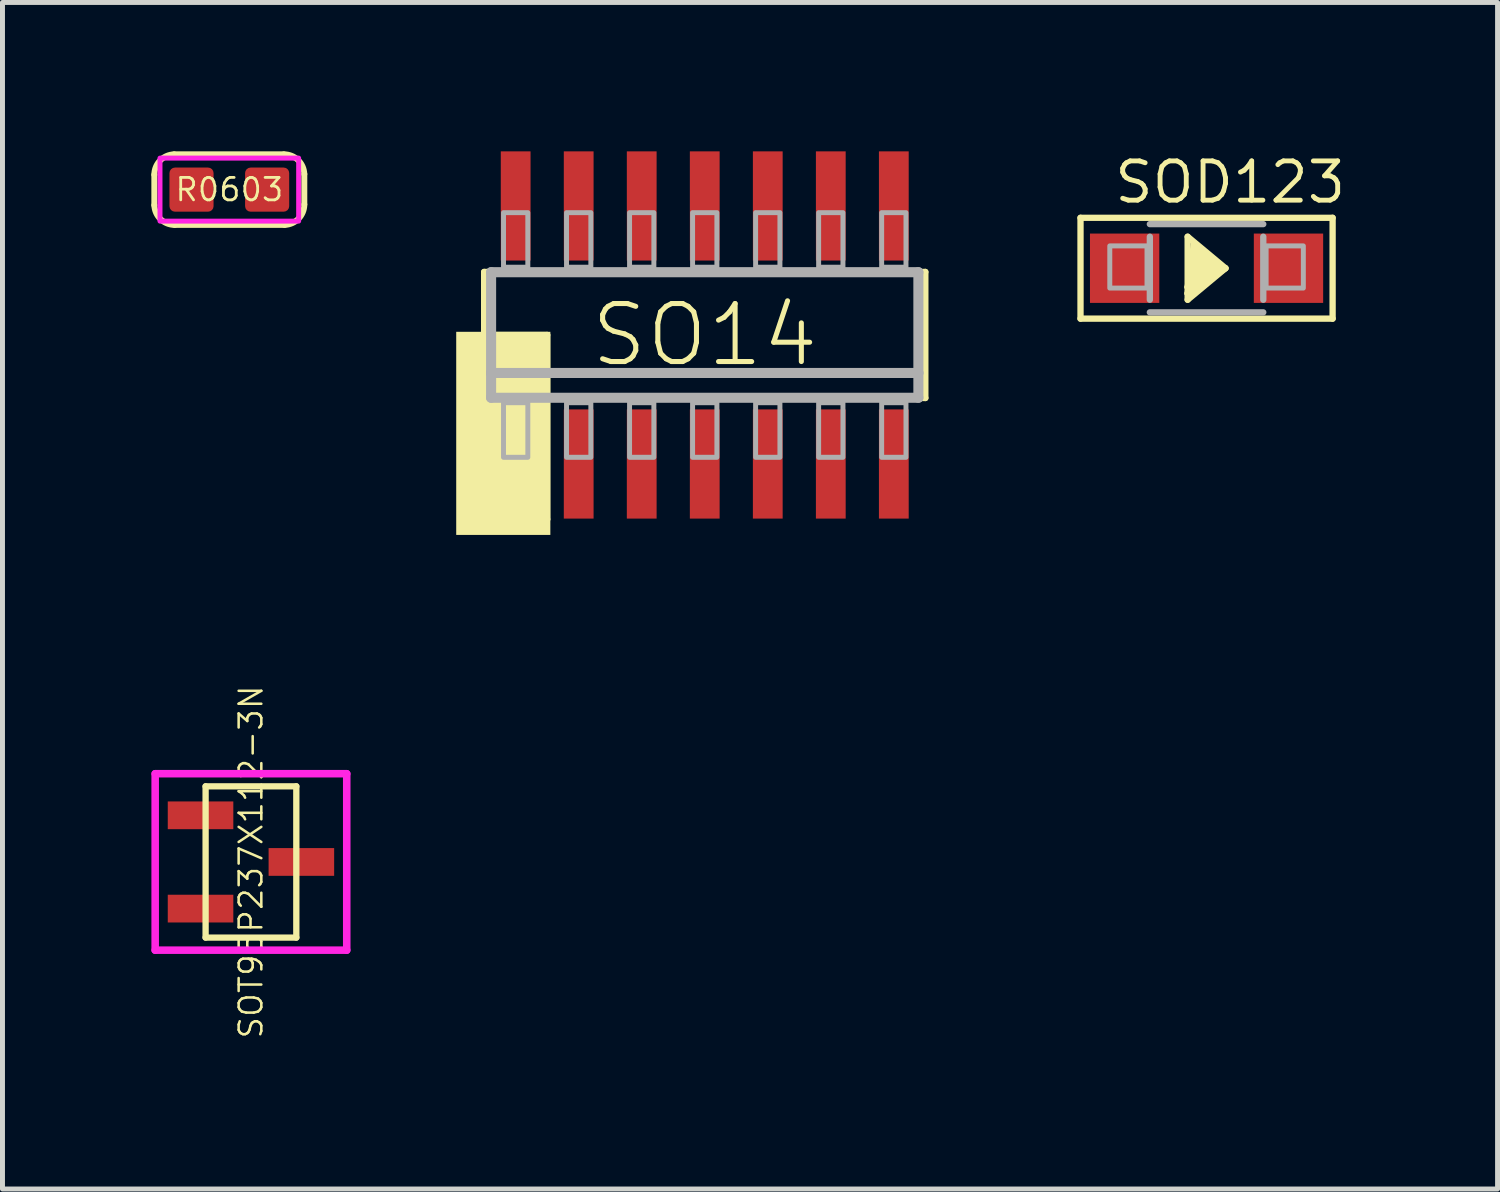
<source format=kicad_pcb>
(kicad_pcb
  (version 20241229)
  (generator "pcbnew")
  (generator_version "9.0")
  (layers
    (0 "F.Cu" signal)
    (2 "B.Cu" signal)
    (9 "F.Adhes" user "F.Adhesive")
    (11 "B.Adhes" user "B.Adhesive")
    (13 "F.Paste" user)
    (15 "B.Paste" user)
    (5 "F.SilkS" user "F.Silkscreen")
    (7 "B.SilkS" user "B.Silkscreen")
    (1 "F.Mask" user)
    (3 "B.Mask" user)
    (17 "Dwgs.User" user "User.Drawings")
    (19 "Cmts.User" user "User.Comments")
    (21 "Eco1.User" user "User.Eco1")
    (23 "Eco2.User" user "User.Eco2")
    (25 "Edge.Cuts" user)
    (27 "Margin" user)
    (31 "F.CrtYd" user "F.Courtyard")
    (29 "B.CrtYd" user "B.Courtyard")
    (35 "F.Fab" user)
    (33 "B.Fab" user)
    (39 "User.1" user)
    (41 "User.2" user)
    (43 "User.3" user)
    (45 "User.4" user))
  (footprint "SOT95P237X112-3N"
    (layer "F.Cu")
    (at 2.007 14.319)
    (property "Reference" "SOT95P237X112-3N" (at 0 0 270) (layer "F.SilkS") (effects (font (size 0.457 0.457) (thickness 0.051))))
    (fp_line (start -0.914 -1.524) (end -0.914 1.524) (stroke (width 0.127) (type solid)) (layer "F.SilkS"))
    (fp_line (start -0.914 1.524) (end 0.914 1.524) (stroke (width 0.127) (type solid)) (layer "F.SilkS"))
    (fp_line (start 0.914 -1.524) (end -0.914 -1.524) (stroke (width 0.127) (type solid)) (layer "F.SilkS"))
    (fp_line (start 0.914 1.524) (end 0.914 -1.524) (stroke (width 0.127) (type solid)) (layer "F.SilkS"))
    (fp_line (start -1.93 -1.778) (end 1.93 -1.778) (stroke (width 0.152) (type solid)) (layer "F.CrtYd"))
    (fp_line (start -1.93 1.778) (end -1.93 -1.778) (stroke (width 0.152) (type solid)) (layer "F.CrtYd"))
    (fp_line (start 1.93 -1.778) (end 1.93 1.778) (stroke (width 0.152) (type solid)) (layer "F.CrtYd"))
    (fp_line (start 1.93 1.778) (end -1.93 1.778) (stroke (width 0.152) (type solid)) (layer "F.CrtYd"))
    (pad "1" smd rect (at -1.016 -0.94) (size 1.321 0.559) (layers "F.Cu" "F.Mask" "F.Paste"))
    (pad "2" smd rect (at -1.016 0.94) (size 1.321 0.559) (layers "F.Cu" "F.Mask" "F.Paste"))
    (pad "3" smd rect (at 1.016 0) (size 1.321 0.559) (layers "F.Cu" "F.Mask" "F.Paste")))
  (footprint "SO14"
    (layer "F.Cu")
    (at 11.151 3.7)
    (property "Reference" "SO14" (at 0 0 0) (layer "F.SilkS") (effects (font (size 1.168 1.168) (thickness 0.102))))
    (fp_line (start -4.445 -1.27) (end -4.445 0) (stroke (width 0.127) (type solid)) (layer "F.SilkS"))
    (fp_line (start -4.445 -1.27) (end 4.445 -1.27) (stroke (width 0.127) (type solid)) (layer "F.SilkS"))
    (fp_line (start -4.445 0) (end -4.445 1.27) (stroke (width 0.127) (type solid)) (layer "F.SilkS"))
    (fp_line (start -4.445 0) (end -3.175 0) (stroke (width 0.127) (type solid)) (layer "F.SilkS"))
    (fp_line (start -4.445 1.27) (end -4.445 3.715) (stroke (width 0.127) (type solid)) (layer "F.SilkS"))
    (fp_line (start -3.175 0) (end -3.175 3.715) (stroke (width 0.127) (type solid)) (layer "F.SilkS"))
    (fp_line (start -3.175 3.715) (end -4.445 3.715) (stroke (width 0.127) (type solid)) (layer "F.SilkS"))
    (fp_line (start 4.445 1.27) (end -4.445 1.27) (stroke (width 0.127) (type solid)) (layer "F.SilkS"))
    (fp_line (start 4.445 1.27) (end 4.445 -1.27) (stroke (width 0.127) (type solid)) (layer "F.SilkS"))
    (fp_poly (pts (xy -3.111 4.029) (xy -5.008 4.029) (xy -5.008 -0.064) (xy -3.111 -0.064)) (stroke (width 0) (type solid)) (fill yes) (layer "F.SilkS"))
    (fp_line (start -4.305 -1.265) (end 4.305 -1.265) (stroke (width 0.203) (type solid)) (layer "F.Fab"))
    (fp_line (start -4.305 0.765) (end -4.305 -1.265) (stroke (width 0.203) (type solid)) (layer "F.Fab"))
    (fp_line (start -4.305 1.265) (end -4.305 0.765) (stroke (width 0.203) (type solid)) (layer "F.Fab"))
    (fp_line (start 4.305 -1.265) (end 4.305 0.765) (stroke (width 0.203) (type solid)) (layer "F.Fab"))
    (fp_line (start 4.305 0.765) (end -4.305 0.765) (stroke (width 0.203) (type solid)) (layer "F.Fab"))
    (fp_line (start 4.305 0.765) (end 4.305 1.265) (stroke (width 0.203) (type solid)) (layer "F.Fab"))
    (fp_line (start 4.305 1.265) (end -4.305 1.265) (stroke (width 0.203) (type solid)) (layer "F.Fab"))
    (fp_poly (pts (xy -4.055 -1.365) (xy -3.565 -1.365) (xy -3.565 -2.465) (xy -4.055 -2.465)) (stroke (width 0.1) (type solid)) (fill no) (layer "F.Fab"))
    (fp_poly (pts (xy -4.055 2.465) (xy -3.565 2.465) (xy -3.565 1.365) (xy -4.055 1.365)) (stroke (width 0.1) (type solid)) (fill no) (layer "F.Fab"))
    (fp_poly (pts (xy -2.785 -1.365) (xy -2.295 -1.365) (xy -2.295 -2.465) (xy -2.785 -2.465)) (stroke (width 0.1) (type solid)) (fill no) (layer "F.Fab"))
    (fp_poly (pts (xy -2.785 2.465) (xy -2.295 2.465) (xy -2.295 1.365) (xy -2.785 1.365)) (stroke (width 0.1) (type solid)) (fill no) (layer "F.Fab"))
    (fp_poly (pts (xy -1.515 -1.365) (xy -1.025 -1.365) (xy -1.025 -2.465) (xy -1.515 -2.465)) (stroke (width 0.1) (type solid)) (fill no) (layer "F.Fab"))
    (fp_poly (pts (xy -1.515 2.465) (xy -1.025 2.465) (xy -1.025 1.365) (xy -1.515 1.365)) (stroke (width 0.1) (type solid)) (fill no) (layer "F.Fab"))
    (fp_poly (pts (xy -0.245 -1.365) (xy 0.245 -1.365) (xy 0.245 -2.465) (xy -0.245 -2.465)) (stroke (width 0.1) (type solid)) (fill no) (layer "F.Fab"))
    (fp_poly (pts (xy -0.245 2.465) (xy 0.245 2.465) (xy 0.245 1.365) (xy -0.245 1.365)) (stroke (width 0.1) (type solid)) (fill no) (layer "F.Fab"))
    (fp_poly (pts (xy 1.025 -1.365) (xy 1.515 -1.365) (xy 1.515 -2.465) (xy 1.025 -2.465)) (stroke (width 0.1) (type solid)) (fill no) (layer "F.Fab"))
    (fp_poly (pts (xy 1.025 2.465) (xy 1.515 2.465) (xy 1.515 1.365) (xy 1.025 1.365)) (stroke (width 0.1) (type solid)) (fill no) (layer "F.Fab"))
    (fp_poly (pts (xy 2.295 -1.365) (xy 2.785 -1.365) (xy 2.785 -2.465) (xy 2.295 -2.465)) (stroke (width 0.1) (type solid)) (fill no) (layer "F.Fab"))
    (fp_poly (pts (xy 2.295 2.465) (xy 2.785 2.465) (xy 2.785 1.365) (xy 2.295 1.365)) (stroke (width 0.1) (type solid)) (fill no) (layer "F.Fab"))
    (fp_poly (pts (xy 3.565 -1.365) (xy 4.055 -1.365) (xy 4.055 -2.465) (xy 3.565 -2.465)) (stroke (width 0.1) (type solid)) (fill no) (layer "F.Fab"))
    (fp_poly (pts (xy 3.565 2.465) (xy 4.055 2.465) (xy 4.055 1.365) (xy 3.565 1.365)) (stroke (width 0.1) (type solid)) (fill no) (layer "F.Fab"))
    (pad "1" smd rect (at -3.81 2.6) (size 0.6 2.2) (layers "F.Cu" "F.Mask" "F.Paste"))
    (pad "2" smd rect (at -2.54 2.6) (size 0.6 2.2) (layers "F.Cu" "F.Mask" "F.Paste"))
    (pad "3" smd rect (at -1.27 2.6) (size 0.6 2.2) (layers "F.Cu" "F.Mask" "F.Paste"))
    (pad "4" smd rect (at 0 2.6) (size 0.6 2.2) (layers "F.Cu" "F.Mask" "F.Paste"))
    (pad "5" smd rect (at 1.27 2.6) (size 0.6 2.2) (layers "F.Cu" "F.Mask" "F.Paste"))
    (pad "6" smd rect (at 2.54 2.6) (size 0.6 2.2) (layers "F.Cu" "F.Mask" "F.Paste"))
    (pad "7" smd rect (at 3.81 2.6) (size 0.6 2.2) (layers "F.Cu" "F.Mask" "F.Paste"))
    (pad "8" smd rect (at 3.81 -2.6) (size 0.6 2.2) (layers "F.Cu" "F.Mask" "F.Paste"))
    (pad "9" smd rect (at 2.54 -2.6) (size 0.6 2.2) (layers "F.Cu" "F.Mask" "F.Paste"))
    (pad "10" smd rect (at 1.27 -2.6) (size 0.6 2.2) (layers "F.Cu" "F.Mask" "F.Paste"))
    (pad "11" smd rect (at 0 -2.6) (size 0.6 2.2) (layers "F.Cu" "F.Mask" "F.Paste"))
    (pad "12" smd rect (at -1.27 -2.6) (size 0.6 2.2) (layers "F.Cu" "F.Mask" "F.Paste"))
    (pad "13" smd rect (at -2.54 -2.6) (size 0.6 2.2) (layers "F.Cu" "F.Mask" "F.Paste"))
    (pad "14" smd rect (at -3.81 -2.6) (size 0.6 2.2) (layers "F.Cu" "F.Mask" "F.Paste")))
  (footprint "SOD123"
    (layer "F.Cu")
    (at 21.263 2.355)
    (property "Reference" "SOD123" (at -1.905 -1.27 0) (layer "F.SilkS") (effects (font (size 0.791 0.791) (thickness 0.098)) (justify left bottom)))
    (fp_line (start -2.54 -1.016) (end 2.54 -1.016) (stroke (width 0.127) (type solid)) (layer "F.SilkS"))
    (fp_line (start -2.54 1.016) (end -2.54 -1.016) (stroke (width 0.127) (type solid)) (layer "F.SilkS"))
    (fp_line (start -0.381 -0.635) (end 0.381 0) (stroke (width 0.127) (type solid)) (layer "F.SilkS"))
    (fp_line (start -0.381 0.381) (end -0.381 -0.635) (stroke (width 0.127) (type solid)) (layer "F.SilkS"))
    (fp_line (start -0.381 0.381) (end -0.254 -0.381) (stroke (width 0.127) (type solid)) (layer "F.SilkS"))
    (fp_line (start -0.381 0.508) (end -0.381 0.381) (stroke (width 0.127) (type solid)) (layer "F.SilkS"))
    (fp_line (start -0.381 0.508) (end -0.254 -0.508) (stroke (width 0.127) (type solid)) (layer "F.SilkS"))
    (fp_line (start -0.381 0.635) (end -0.381 0.508) (stroke (width 0.127) (type solid)) (layer "F.SilkS"))
    (fp_line (start -0.254 -0.508) (end 0.254 0) (stroke (width 0.127) (type solid)) (layer "F.SilkS"))
    (fp_line (start -0.254 -0.381) (end 0.127 0) (stroke (width 0.127) (type solid)) (layer "F.SilkS"))
    (fp_line (start -0.254 -0.254) (end -0.127 -0.127) (stroke (width 0.127) (type solid)) (layer "F.SilkS"))
    (fp_line (start -0.254 0.127) (end -0.254 -0.254) (stroke (width 0.127) (type solid)) (layer "F.SilkS"))
    (fp_line (start -0.254 0.127) (end -0.127 -0.127) (stroke (width 0.127) (type solid)) (layer "F.SilkS"))
    (fp_line (start -0.254 0.254) (end -0.254 0.127) (stroke (width 0.127) (type solid)) (layer "F.SilkS"))
    (fp_line (start -0.127 -0.127) (end -0.127 0) (stroke (width 0.127) (type solid)) (layer "F.SilkS"))
    (fp_line (start -0.127 -0.127) (end 0 0) (stroke (width 0.127) (type solid)) (layer "F.SilkS"))
    (fp_line (start 0 0) (end -0.254 0.127) (stroke (width 0.127) (type solid)) (layer "F.SilkS"))
    (fp_line (start 0.127 0) (end -0.254 0.254) (stroke (width 0.127) (type solid)) (layer "F.SilkS"))
    (fp_line (start 0.254 0) (end -0.381 0.381) (stroke (width 0.127) (type solid)) (layer "F.SilkS"))
    (fp_line (start 0.381 0) (end -0.381 0.508) (stroke (width 0.127) (type solid)) (layer "F.SilkS"))
    (fp_line (start 0.381 0) (end -0.381 0.635) (stroke (width 0.127) (type solid)) (layer "F.SilkS"))
    (fp_line (start 2.54 -1.016) (end 2.54 1.016) (stroke (width 0.127) (type solid)) (layer "F.SilkS"))
    (fp_line (start 2.54 1.016) (end -2.54 1.016) (stroke (width 0.127) (type solid)) (layer "F.SilkS"))
    (fp_line (start -1.143 -0.889) (end 1.143 -0.889) (stroke (width 0.127) (type solid)) (layer "F.Fab"))
    (fp_line (start -1.143 0.635) (end -1.143 -0.635) (stroke (width 0.127) (type solid)) (layer "F.Fab"))
    (fp_line (start 1.143 -0.635) (end 1.143 0.635) (stroke (width 0.127) (type solid)) (layer "F.Fab"))
    (fp_line (start 1.143 0.889) (end -1.143 0.889) (stroke (width 0.127) (type solid)) (layer "F.Fab"))
    (fp_poly (pts (xy -1.2 -0.45) (xy -1.95 -0.45) (xy -1.95 0.4) (xy -1.2 0.4)) (stroke (width 0.1) (type solid)) (fill no) (layer "F.Fab"))
    (fp_poly (pts (xy 1.95 -0.45) (xy 1.2 -0.45) (xy 1.2 0.4) (xy 1.95 0.4)) (stroke (width 0.1) (type solid)) (fill no) (layer "F.Fab"))
    (pad "+" smd rect (at -1.651 0 180) (size 1.397 1.397) (layers "F.Cu" "F.Mask" "F.Paste"))
    (pad "-" smd rect (at 1.651 0 180) (size 1.397 1.397) (layers "F.Cu" "F.Mask" "F.Paste")))
  (footprint "R0603"
    (layer "F.Cu")
    (at 1.571 0.771)
    (property "Reference" "R0603" (at 0 0 0) (layer "F.SilkS") (effects (font (size 0.452 0.452) (thickness 0.056))))
    (fp_line (start -1.511 -0.3) (end -1.511 0.313) (stroke (width 0.12) (type solid)) (layer "F.SilkS"))
    (fp_line (start -1.1 0.711) (end 1.113 0.711) (stroke (width 0.12) (type solid)) (layer "F.SilkS"))
    (fp_line (start 1.1 -0.711) (end -1.113 -0.711) (stroke (width 0.12) (type solid)) (layer "F.SilkS"))
    (fp_line (start 1.511 0.3) (end 1.511 -0.313) (stroke (width 0.12) (type solid)) (layer "F.SilkS"))
    (fp_arc (start -1.511002 -0.300002) (mid -1.395139 -0.586034) (end -1.112876 -0.7108) (stroke (width 0.12) (type solid)) (layer "F.SilkS"))
    (fp_arc (start -1.100002 0.711002) (mid -1.386034 0.595139) (end -1.5108 0.312876) (stroke (width 0.12) (type solid)) (layer "F.SilkS"))
    (fp_arc (start 1.100002 -0.711002) (mid 1.386034 -0.595139) (end 1.5108 -0.312876) (stroke (width 0.12) (type solid)) (layer "F.SilkS"))
    (fp_arc (start 1.511002 0.300002) (mid 1.395139 0.586034) (end 1.112876 0.7108) (stroke (width 0.12) (type solid)) (layer "F.SilkS"))
    (fp_poly (pts (xy -0.361 0) (xy -0.741 0.38) (xy -1.142 0.38) (xy -1.142 -0.38) (xy -0.741 -0.38)) (stroke (width 0) (type solid)) (fill yes) (layer "F.Paste"))
    (fp_poly (pts (xy 1.142 0.38) (xy 0.741 0.38) (xy 0.361 0) (xy 0.741 -0.38) (xy 1.142 -0.38)) (stroke (width 0) (type solid)) (fill yes) (layer "F.Paste"))
    (fp_poly (pts (xy -1.397 0.635) (xy 1.397 0.635) (xy 1.397 -0.635) (xy -1.397 -0.635)) (stroke (width 0.1) (type solid)) (fill no) (layer "F.CrtYd"))
    (pad "1" smd roundrect (at -0.762 0) (size 0.889 0.889) (layers "F.Cu" "F.Mask") (roundrect_rratio 0.125))
    (pad "2" smd roundrect (at 0.762 0) (size 0.889 0.889) (layers "F.Cu" "F.Mask") (roundrect_rratio 0.125)))
  (gr_rect
    (start -3 -3)
    (end 27.127 20.909)
    (stroke (width 0.1) (type default))
    (fill no)
    (layer "Edge.Cuts")))
</source>
